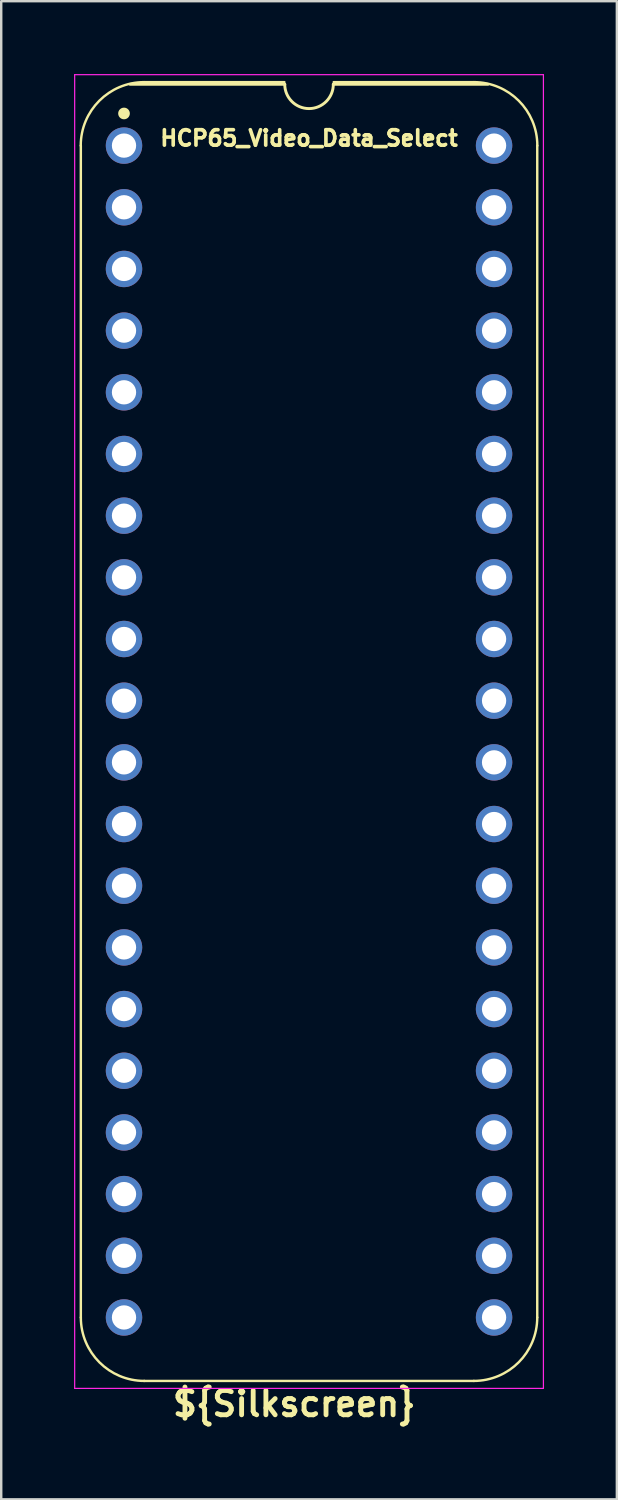
<source format=kicad_pcb>
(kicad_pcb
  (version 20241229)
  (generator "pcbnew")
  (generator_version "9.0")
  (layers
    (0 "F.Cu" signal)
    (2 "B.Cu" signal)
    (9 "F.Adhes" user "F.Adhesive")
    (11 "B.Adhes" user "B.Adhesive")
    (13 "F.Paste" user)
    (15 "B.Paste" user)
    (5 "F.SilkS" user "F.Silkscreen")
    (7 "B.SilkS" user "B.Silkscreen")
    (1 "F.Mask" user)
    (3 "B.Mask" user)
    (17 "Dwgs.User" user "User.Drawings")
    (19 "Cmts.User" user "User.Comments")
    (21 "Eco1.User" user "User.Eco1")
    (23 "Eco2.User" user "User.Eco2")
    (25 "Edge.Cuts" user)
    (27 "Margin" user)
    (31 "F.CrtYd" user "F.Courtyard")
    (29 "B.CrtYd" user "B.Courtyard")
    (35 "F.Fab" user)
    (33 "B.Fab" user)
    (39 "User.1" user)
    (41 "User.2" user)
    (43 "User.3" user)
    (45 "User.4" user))
  (footprint "HCP65_Video_Data_Select"
    (layer "F.Cu")
    (at 2.057 2.946)
    (property "Reference" "HCP65_Video_Data_Select" (at 7.62 -0.305 0) (layer "F.SilkS") (effects (font (size 0.635 0.635) (thickness 0.15))))
    (property "Silkscreen" "${Silkscreen}" (at 7.01 51.816 0) (layer "F.SilkS") (effects (font (size 1 1) (thickness 0.2))))
    (attr through_hole)
    (fp_line (start -1.778 48.26) (end -1.778 0) (stroke (width 0.1) (type solid)) (layer "F.SilkS"))
    (fp_line (start 0.832 -2.614) (end 6.604 -2.614) (stroke (width 0.1) (type solid)) (layer "F.SilkS"))
    (fp_line (start 6.62 -2.524) (end 0.254 -2.524) (stroke (width 0.12) (type solid)) (layer "F.SilkS"))
    (fp_line (start 8.636 -2.614) (end 14.408 -2.614) (stroke (width 0.1) (type solid)) (layer "F.SilkS"))
    (fp_line (start 14.404 50.874) (end 0.836 50.874) (stroke (width 0.1) (type solid)) (layer "F.SilkS"))
    (fp_line (start 14.986 -2.524) (end 8.62 -2.524) (stroke (width 0.12) (type solid)) (layer "F.SilkS"))
    (fp_line (start 17.018 48.26) (end 17.018 0) (stroke (width 0.1) (type solid)) (layer "F.SilkS"))
    (fp_arc (start -1.781544 0) (mid -1.016 -1.848188) (end 0.832188 -2.613732) (stroke (width 0.1) (type solid)) (layer "F.SilkS"))
    (fp_arc (start 0.835733 50.873733) (mid -1.012456 50.108189) (end -1.778 48.26) (stroke (width 0.1) (type solid)) (layer "F.SilkS"))
    (fp_arc (start 8.62 -2.524) (mid 7.62 -1.524) (end 6.62 -2.524) (stroke (width 0.12) (type solid)) (layer "F.SilkS"))
    (fp_arc (start 14.407812 -2.613732) (mid 16.256 -1.848188) (end 17.021544 0) (stroke (width 0.1) (type solid)) (layer "F.SilkS"))
    (fp_arc (start 17.018001 48.260001) (mid 16.252456 50.108188) (end 14.404269 50.873733) (stroke (width 0.1) (type solid)) (layer "F.SilkS"))
    (fp_circle (center 0 -1.323) (end 0.18 -1.323) (stroke (width 0.12) (type solid)) (fill yes) (layer "F.SilkS"))
    (fp_line (start -2.032 -2.921) (end -2.032 51.181) (stroke (width 0.05) (type solid)) (layer "F.CrtYd"))
    (fp_line (start -2.032 -2.921) (end 17.272 -2.921) (stroke (width 0.05) (type solid)) (layer "F.CrtYd"))
    (fp_line (start -2.032 51.181) (end 17.272 51.181) (stroke (width 0.05) (type solid)) (layer "F.CrtYd"))
    (fp_line (start 17.272 -2.921) (end 17.272 51.181) (stroke (width 0.05) (type solid)) (layer "F.CrtYd"))
    (pad "1" thru_hole circle (at 0 0) (size 1.5 1.5) (drill 1) (layers "*.Cu" "*.Mask"))
    (pad "2" thru_hole circle (at 0 2.54) (size 1.5 1.5) (drill 1) (layers "*.Cu" "*.Mask"))
    (pad "3" thru_hole circle (at 0 5.08) (size 1.5 1.5) (drill 1) (layers "*.Cu" "*.Mask"))
    (pad "4" thru_hole circle (at 0 7.62) (size 1.5 1.5) (drill 1) (layers "*.Cu" "*.Mask"))
    (pad "5" thru_hole circle (at 0 10.16) (size 1.5 1.5) (drill 1) (layers "*.Cu" "*.Mask"))
    (pad "6" thru_hole circle (at 0 12.7) (size 1.5 1.5) (drill 1) (layers "*.Cu" "*.Mask"))
    (pad "7" thru_hole circle (at 0 15.24) (size 1.5 1.5) (drill 1) (layers "*.Cu" "*.Mask"))
    (pad "8" thru_hole circle (at 0 17.78) (size 1.5 1.5) (drill 1) (layers "*.Cu" "*.Mask"))
    (pad "9" thru_hole circle (at 0 20.32) (size 1.5 1.5) (drill 1) (layers "*.Cu" "*.Mask"))
    (pad "10" thru_hole circle (at 0 22.86) (size 1.5 1.5) (drill 1) (layers "*.Cu" "*.Mask"))
    (pad "11" thru_hole circle (at 0 25.4) (size 1.5 1.5) (drill 1) (layers "*.Cu" "*.Mask"))
    (pad "12" thru_hole circle (at 0 27.94) (size 1.5 1.5) (drill 1) (layers "*.Cu" "*.Mask"))
    (pad "13" thru_hole circle (at 0 30.48) (size 1.5 1.5) (drill 1) (layers "*.Cu" "*.Mask"))
    (pad "14" thru_hole circle (at 0 33.02) (size 1.5 1.5) (drill 1) (layers "*.Cu" "*.Mask"))
    (pad "15" thru_hole circle (at 0 35.56) (size 1.5 1.5) (drill 1) (layers "*.Cu" "*.Mask"))
    (pad "16" thru_hole circle (at 0 38.1) (size 1.5 1.5) (drill 1) (layers "*.Cu" "*.Mask"))
    (pad "17" thru_hole circle (at 0 40.64) (size 1.5 1.5) (drill 1) (layers "*.Cu" "*.Mask"))
    (pad "18" thru_hole circle (at 0 43.18) (size 1.5 1.5) (drill 1) (layers "*.Cu" "*.Mask"))
    (pad "19" thru_hole circle (at 0 45.72) (size 1.5 1.5) (drill 1) (layers "*.Cu" "*.Mask"))
    (pad "20" thru_hole circle (at 0 48.26) (size 1.5 1.5) (drill 1) (layers "*.Cu" "*.Mask"))
    (pad "21" thru_hole circle (at 15.24 48.26) (size 1.5 1.5) (drill 1) (layers "*.Cu" "*.Mask"))
    (pad "22" thru_hole circle (at 15.24 45.72) (size 1.5 1.5) (drill 1) (layers "*.Cu" "*.Mask"))
    (pad "23" thru_hole circle (at 15.24 43.18) (size 1.5 1.5) (drill 1) (layers "*.Cu" "*.Mask"))
    (pad "24" thru_hole circle (at 15.24 40.64) (size 1.5 1.5) (drill 1) (layers "*.Cu" "*.Mask"))
    (pad "25" thru_hole circle (at 15.24 38.1) (size 1.5 1.5) (drill 1) (layers "*.Cu" "*.Mask"))
    (pad "26" thru_hole circle (at 15.24 35.56) (size 1.5 1.5) (drill 1) (layers "*.Cu" "*.Mask"))
    (pad "27" thru_hole circle (at 15.24 33.02) (size 1.5 1.5) (drill 1) (layers "*.Cu" "*.Mask"))
    (pad "28" thru_hole circle (at 15.24 30.48) (size 1.5 1.5) (drill 1) (layers "*.Cu" "*.Mask"))
    (pad "29" thru_hole circle (at 15.24 27.94) (size 1.5 1.5) (drill 1) (layers "*.Cu" "*.Mask"))
    (pad "30" thru_hole circle (at 15.24 25.4) (size 1.5 1.5) (drill 1) (layers "*.Cu" "*.Mask"))
    (pad "31" thru_hole circle (at 15.24 22.86) (size 1.5 1.5) (drill 1) (layers "*.Cu" "*.Mask"))
    (pad "32" thru_hole circle (at 15.24 20.32) (size 1.5 1.5) (drill 1) (layers "*.Cu" "*.Mask"))
    (pad "33" thru_hole circle (at 15.24 17.78) (size 1.5 1.5) (drill 1) (layers "*.Cu" "*.Mask"))
    (pad "34" thru_hole circle (at 15.24 15.24) (size 1.5 1.5) (drill 1) (layers "*.Cu" "*.Mask"))
    (pad "35" thru_hole circle (at 15.24 12.7) (size 1.5 1.5) (drill 1) (layers "*.Cu" "*.Mask"))
    (pad "36" thru_hole circle (at 15.24 10.16) (size 1.5 1.5) (drill 1) (layers "*.Cu" "*.Mask"))
    (pad "37" thru_hole circle (at 15.24 7.62) (size 1.5 1.5) (drill 1) (layers "*.Cu" "*.Mask"))
    (pad "38" thru_hole circle (at 15.24 5.08) (size 1.5 1.5) (drill 1) (layers "*.Cu" "*.Mask"))
    (pad "39" thru_hole circle (at 15.24 2.54) (size 1.5 1.5) (drill 1) (layers "*.Cu" "*.Mask"))
    (pad "40" thru_hole circle (at 15.24 0) (size 1.5 1.5) (drill 1) (layers "*.Cu" "*.Mask")))
  (gr_rect
    (start -3 -3)
    (end 22.354 58.698)
    (stroke (width 0.1) (type default))
    (fill no)
    (layer "Edge.Cuts")))
</source>
